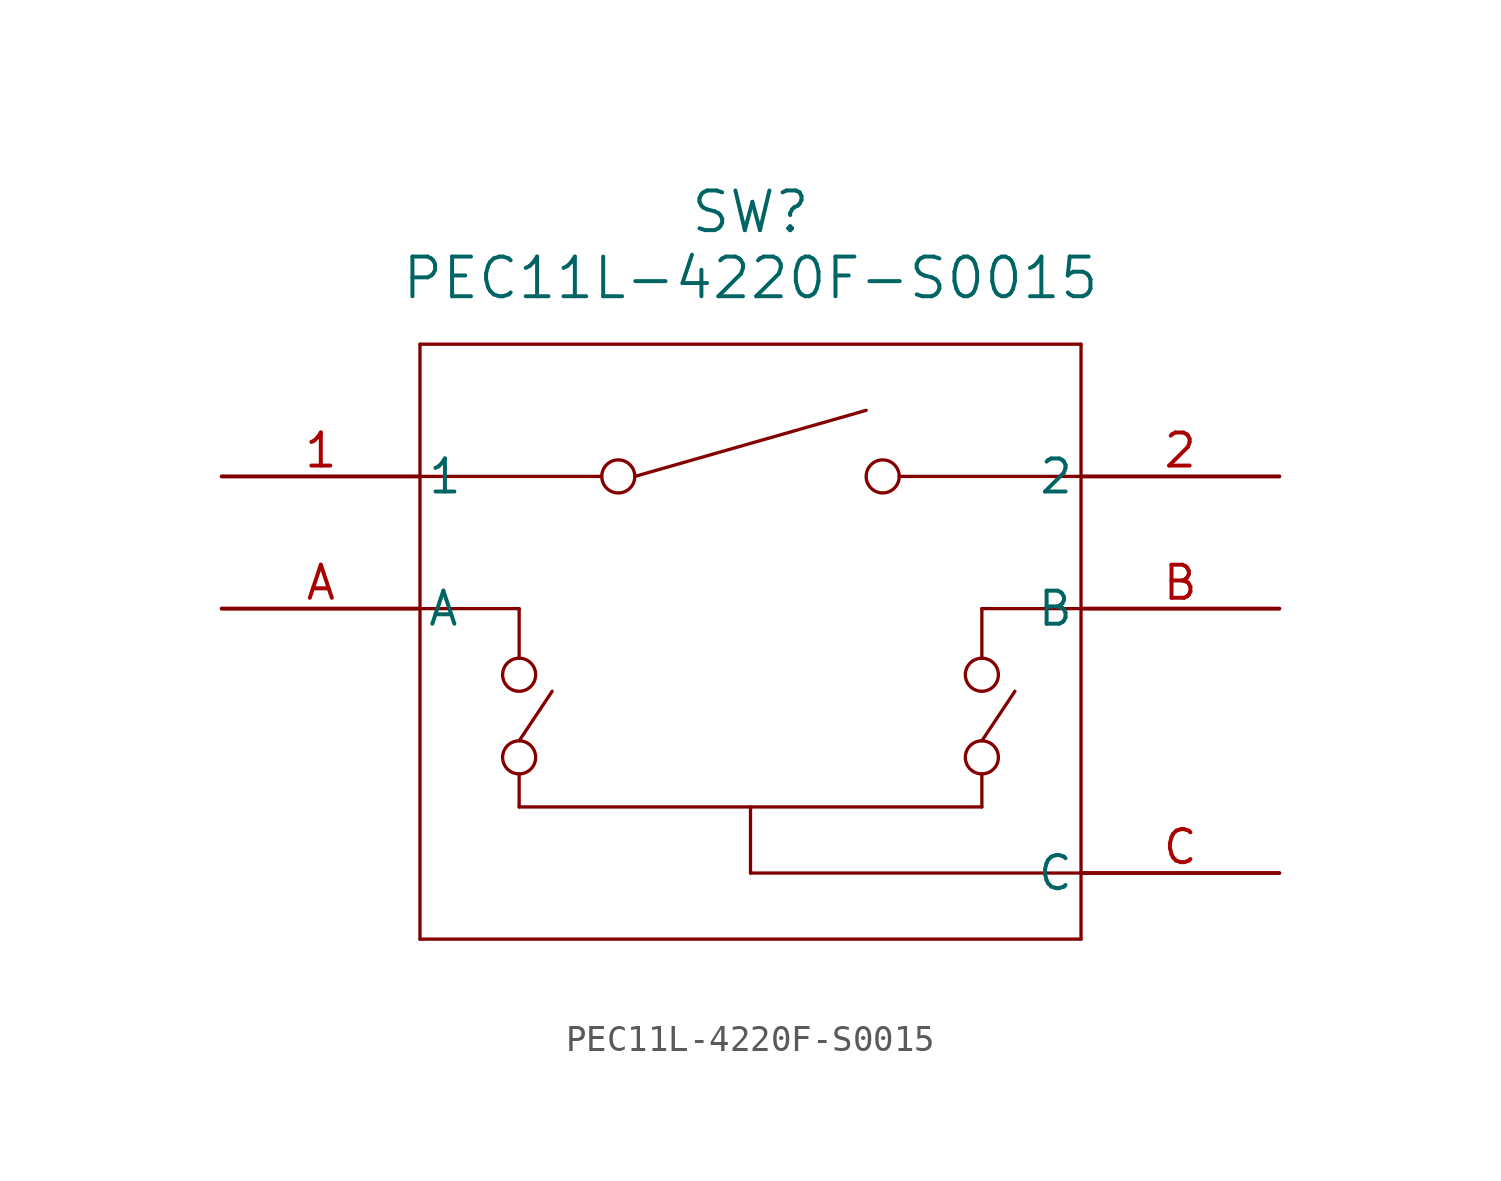
<source format=kicad_sym>
(kicad_symbol_lib
  (version 20211014)
  (generator kicad_symbol_editor)
  (symbol "PEC11L-4220F-S0015"
    (pin_names
      (offset 0.254))
    (property "Reference" "SW"
      (at 20.32 10.16 0)
      (effects (font (size 1.524 1.524))))
    (property "Value" "PEC11L-4220F-S0015"
      (at 20.32 7.62 0)
      (effects (font (size 1.524 1.524))))
    (symbol "PEC11L-4220F-S0015_0_1"
      (polyline (pts (xy 7.62 -5.08) (xy 11.43 -5.08)) (stroke (width 0.127) (type default) (color 0 0 0 0)) (fill (type none)))
      (polyline (pts (xy 33.02 -5.08) (xy 29.21 -5.08)) (stroke (width 0.127) (type default) (color 0 0 0 0)) (fill (type none)))
      (polyline (pts (xy 29.21 -5.08) (xy 29.21 -6.985)) (stroke (width 0.127) (type default) (color 0 0 0 0)) (fill (type none)))
      (polyline (pts (xy 33.02 5.08) (xy 7.62 5.08)) (stroke (width 0.127) (type default) (color 0 0 0 0)) (fill (type none)))
      (polyline (pts (xy 33.02 -15.24) (xy 20.32 -15.24)) (stroke (width 0.127) (type default) (color 0 0 0 0)) (fill (type none)))
      (polyline (pts (xy 20.32 -15.24) (xy 20.32 -12.7)) (stroke (width 0.127) (type default) (color 0 0 0 0)) (fill (type none)))
      (polyline (pts (xy 20.32 -12.7) (xy 29.21 -12.7)) (stroke (width 0.127) (type default) (color 0 0 0 0)) (fill (type none)))
      (polyline (pts (xy 20.32 -12.7) (xy 11.43 -12.7)) (stroke (width 0.127) (type default) (color 0 0 0 0)) (fill (type none)))
      (polyline (pts (xy 11.43 -5.08) (xy 11.43 -6.985)) (stroke (width 0.127) (type default) (color 0 0 0 0)) (fill (type none)))
      (polyline (pts (xy 7.62 0) (xy 14.605 0)) (stroke (width 0.127) (type default) (color 0 0 0 0)) (fill (type none)))
      (polyline (pts (xy 33.02 0) (xy 26.035 0)) (stroke (width 0.127) (type default) (color 0 0 0 0)) (fill (type none)))
      (circle (center 15.24 0) (radius 0.635) (stroke (width 0.127) (type default) (color 0 0 0 0)) (fill (type none)))
      (circle (center 25.4 0) (radius 0.635) (stroke (width 0.127) (type default) (color 0 0 0 0)) (fill (type none)))
      (circle (center 29.21 -7.62) (radius 0.635) (stroke (width 0.127) (type default) (color 0 0 0 0)) (fill (type none)))
      (circle (center 29.21 -10.795) (radius 0.635) (stroke (width 0.127) (type default) (color 0 0 0 0)) (fill (type none)))
      (circle (center 11.43 -7.62) (radius 0.635) (stroke (width 0.127) (type default) (color 0 0 0 0)) (fill (type none)))
      (circle (center 11.43 -10.795) (radius 0.635) (stroke (width 0.127) (type default) (color 0 0 0 0)) (fill (type none)))
      (polyline (pts (xy 11.43 -11.43) (xy 11.43 -12.7)) (stroke (width 0.127) (type default) (color 0 0 0 0)) (fill (type none)))
      (polyline (pts (xy 29.21 -11.43) (xy 29.21 -12.7)) (stroke (width 0.127) (type default) (color 0 0 0 0)) (fill (type none)))
      (polyline (pts (xy 29.21 -10.16) (xy 30.48 -8.255)) (stroke (width 0.127) (type default) (color 0 0 0 0)) (fill (type none)))
      (polyline (pts (xy 11.43 -10.16) (xy 12.7 -8.255)) (stroke (width 0.127) (type default) (color 0 0 0 0)) (fill (type none)))
      (polyline (pts (xy 15.875 0) (xy 24.765 2.54)) (stroke (width 0.127) (type default) (color 0 0 0 0)) (fill (type none)))
      (polyline (pts (xy 7.62 5.08) (xy 7.62 -17.78)) (stroke (width 0.127) (type default) (color 0 0 0 0)) (fill (type none)))
      (polyline (pts (xy 7.62 -17.78) (xy 33.02 -17.78)) (stroke (width 0.127) (type default) (color 0 0 0 0)) (fill (type none)))
      (polyline (pts (xy 33.02 -17.78) (xy 33.02 5.08)) (stroke (width 0.127) (type default) (color 0 0 0 0)) (fill (type none)))
      (pin unspecified line (at 0 0 0) (length 7.62) (name "1" (effects (font (size 1.27 1.27)))) (number "1" (effects (font (size 1.27 1.27)))))
      (pin unspecified line (at 40.64 0 180) (length 7.62) (name "2" (effects (font (size 1.27 1.27)))) (number "2" (effects (font (size 1.27 1.27)))))
      (pin unspecified line (at 0 -5.08 0) (length 7.62) (name "A" (effects (font (size 1.27 1.27)))) (number "A" (effects (font (size 1.27 1.27)))))
      (pin unspecified line (at 40.64 -5.08 180) (length 7.62) (name "B" (effects (font (size 1.27 1.27)))) (number "B" (effects (font (size 1.27 1.27)))))
      (pin unspecified line (at 40.64 -15.24 180) (length 7.62) (name "C" (effects (font (size 1.27 1.27)))) (number "C" (effects (font (size 1.27 1.27))))))))
</source>
